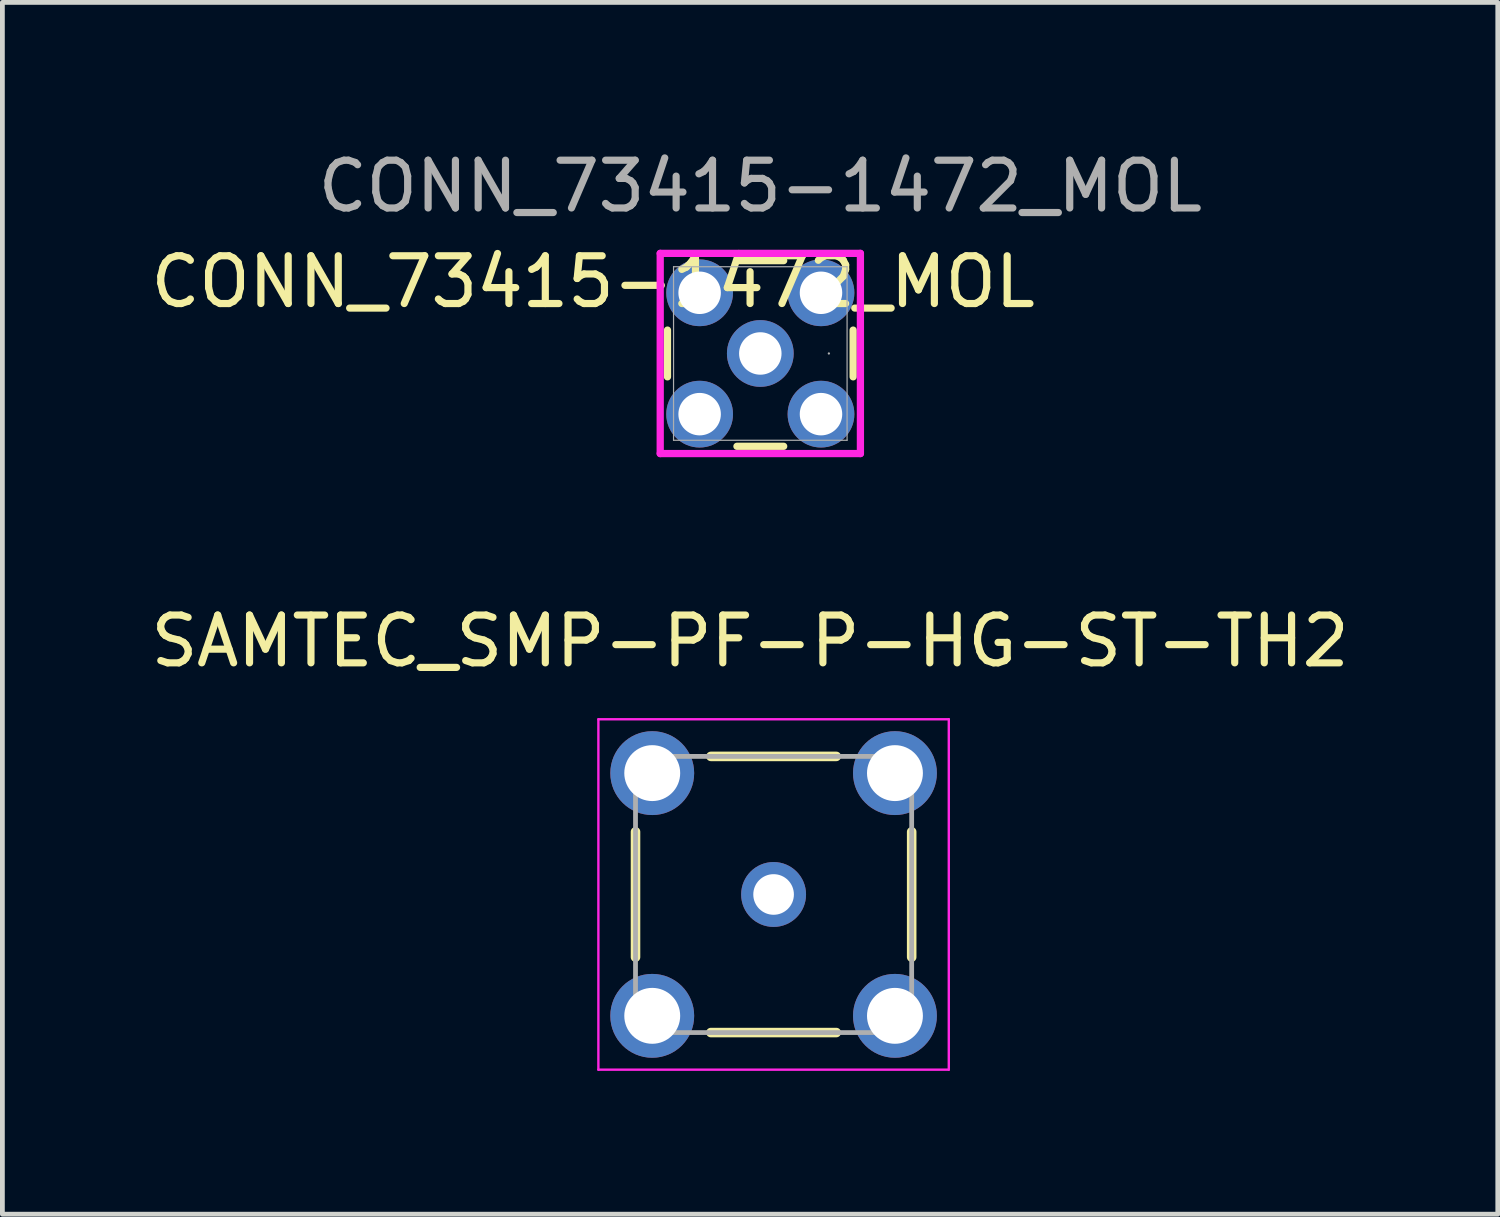
<source format=kicad_pcb>
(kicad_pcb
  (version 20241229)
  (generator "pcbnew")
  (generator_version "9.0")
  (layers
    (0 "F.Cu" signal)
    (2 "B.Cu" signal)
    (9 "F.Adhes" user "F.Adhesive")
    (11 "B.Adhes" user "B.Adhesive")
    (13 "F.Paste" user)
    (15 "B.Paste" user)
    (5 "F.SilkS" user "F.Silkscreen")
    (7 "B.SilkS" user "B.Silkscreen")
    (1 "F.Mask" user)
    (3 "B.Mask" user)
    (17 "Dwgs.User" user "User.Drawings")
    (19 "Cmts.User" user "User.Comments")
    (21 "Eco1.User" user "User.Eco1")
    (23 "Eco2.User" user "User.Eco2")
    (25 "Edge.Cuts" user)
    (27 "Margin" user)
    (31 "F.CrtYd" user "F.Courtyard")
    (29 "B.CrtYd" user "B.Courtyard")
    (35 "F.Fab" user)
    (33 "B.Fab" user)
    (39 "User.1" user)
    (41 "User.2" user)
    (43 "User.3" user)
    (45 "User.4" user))
  (footprint "CONN_73415-1472_MOL"
    (layer "F.Cu")
    (at 12.863 4.348)
    (property "Reference" "CONN_73415-1472_MOL" (at -3.5 -1.5 0) (unlocked yes) (layer "F.SilkS") (effects (font (size 1 1) (thickness 0.15))))
    (attr through_hole)
    (fp_line (start -1.943 -0.489) (end -1.943 0.489) (stroke (width 0.152) (type solid)) (layer "F.SilkS"))
    (fp_line (start -0.489 1.943) (end 0.489 1.943) (stroke (width 0.152) (type solid)) (layer "F.SilkS"))
    (fp_line (start 0.489 -1.943) (end -0.489 -1.943) (stroke (width 0.152) (type solid)) (layer "F.SilkS"))
    (fp_line (start 1.943 0.489) (end 1.943 -0.489) (stroke (width 0.152) (type solid)) (layer "F.SilkS"))
    (fp_line (start -2.095 -2.095) (end 2.095 -2.095) (stroke (width 0.152) (type solid)) (layer "F.CrtYd"))
    (fp_line (start -2.095 2.095) (end -2.095 -2.095) (stroke (width 0.152) (type solid)) (layer "F.CrtYd"))
    (fp_line (start 2.095 -2.095) (end 2.095 2.095) (stroke (width 0.152) (type solid)) (layer "F.CrtYd"))
    (fp_line (start 2.095 2.095) (end -2.095 2.095) (stroke (width 0.152) (type solid)) (layer "F.CrtYd"))
    (fp_line (start -1.816 -1.816) (end -1.816 1.816) (stroke (width 0.025) (type solid)) (layer "F.Fab"))
    (fp_line (start -1.816 1.816) (end 1.816 1.816) (stroke (width 0.025) (type solid)) (layer "F.Fab"))
    (fp_line (start 1.816 -1.816) (end -1.816 -1.816) (stroke (width 0.025) (type solid)) (layer "F.Fab"))
    (fp_line (start 1.816 1.816) (end 1.816 -1.816) (stroke (width 0.025) (type solid)) (layer "F.Fab"))
    (fp_circle (center 1.435 0) (end 1.435 0) (stroke (width 0.025) (type solid)) (fill no) (layer "F.Fab"))
    (fp_text user "${REFERENCE}" (at 0 -3.5 0) (unlocked yes) (layer "F.Fab") (effects (font (size 1 1) (thickness 0.15))))
    (pad "1" thru_hole circle (at 0 0) (size 1.397 1.397) (drill 0.889) (layers "*.Cu" "*.Mask"))
    (pad "2" thru_hole circle (at -1.27 -1.27) (size 1.397 1.397) (drill 0.889) (layers "*.Cu" "*.Mask"))
    (pad "3" thru_hole circle (at -1.27 1.27) (size 1.397 1.397) (drill 0.889) (layers "*.Cu" "*.Mask"))
    (pad "4" thru_hole circle (at 1.27 1.27) (size 1.397 1.397) (drill 0.889) (layers "*.Cu" "*.Mask"))
    (pad "5" thru_hole circle (at 1.27 -1.27) (size 1.397 1.397) (drill 0.889) (layers "*.Cu" "*.Mask")))
  (footprint "SAMTEC_SMP-PF-P-HG-ST-TH2"
    (layer "F.Cu")
    (at 13.141 15.671)
    (property "Reference" "SAMTEC_SMP-PF-P-HG-ST-TH2" (at -0.492 -5.303 0) (layer "F.SilkS") (effects (font (size 1 1) (thickness 0.15))))
    (attr through_hole)
    (fp_line (start -2.89 -1.312) (end -2.89 1.312) (stroke (width 0.2) (type solid)) (layer "F.SilkS"))
    (fp_line (start -1.312 -2.89) (end 1.312 -2.89) (stroke (width 0.2) (type solid)) (layer "F.SilkS"))
    (fp_line (start -1.312 2.89) (end 1.312 2.89) (stroke (width 0.2) (type solid)) (layer "F.SilkS"))
    (fp_line (start 2.89 -1.312) (end 2.89 1.312) (stroke (width 0.2) (type solid)) (layer "F.SilkS"))
    (fp_line (start -3.667 -3.667) (end -3.667 3.667) (stroke (width 0.05) (type solid)) (layer "F.CrtYd"))
    (fp_line (start -3.667 3.667) (end 3.667 3.667) (stroke (width 0.05) (type solid)) (layer "F.CrtYd"))
    (fp_line (start 3.667 -3.667) (end -3.667 -3.667) (stroke (width 0.05) (type solid)) (layer "F.CrtYd"))
    (fp_line (start 3.667 3.667) (end 3.667 -3.667) (stroke (width 0.05) (type solid)) (layer "F.CrtYd"))
    (fp_line (start -2.89 -2.89) (end 2.89 -2.89) (stroke (width 0.1) (type solid)) (layer "F.Fab"))
    (fp_line (start -2.89 2.89) (end -2.89 -2.89) (stroke (width 0.1) (type solid)) (layer "F.Fab"))
    (fp_line (start 2.89 -2.89) (end 2.89 2.89) (stroke (width 0.1) (type solid)) (layer "F.Fab"))
    (fp_line (start 2.89 2.89) (end -2.89 2.89) (stroke (width 0.1) (type solid)) (layer "F.Fab"))
    (pad "1" thru_hole circle (at 0 0) (size 1.358 1.358) (drill 0.85) (layers "*.Cu" "*.Mask"))
    (pad "2" thru_hole circle (at -2.54 -2.54) (size 1.755 1.755) (drill 1.17) (layers "*.Cu" "*.Mask"))
    (pad "2" thru_hole circle (at -2.54 2.54) (size 1.755 1.755) (drill 1.17) (layers "*.Cu" "*.Mask"))
    (pad "2" thru_hole circle (at 2.54 -2.54) (size 1.755 1.755) (drill 1.17) (layers "*.Cu" "*.Mask"))
    (pad "2" thru_hole circle (at 2.54 2.54) (size 1.755 1.755) (drill 1.17) (layers "*.Cu" "*.Mask")))
  (gr_rect
    (start -3 -3)
    (end 28.298 22.363)
    (stroke (width 0.1) (type default))
    (fill no)
    (layer "Edge.Cuts")))
</source>
